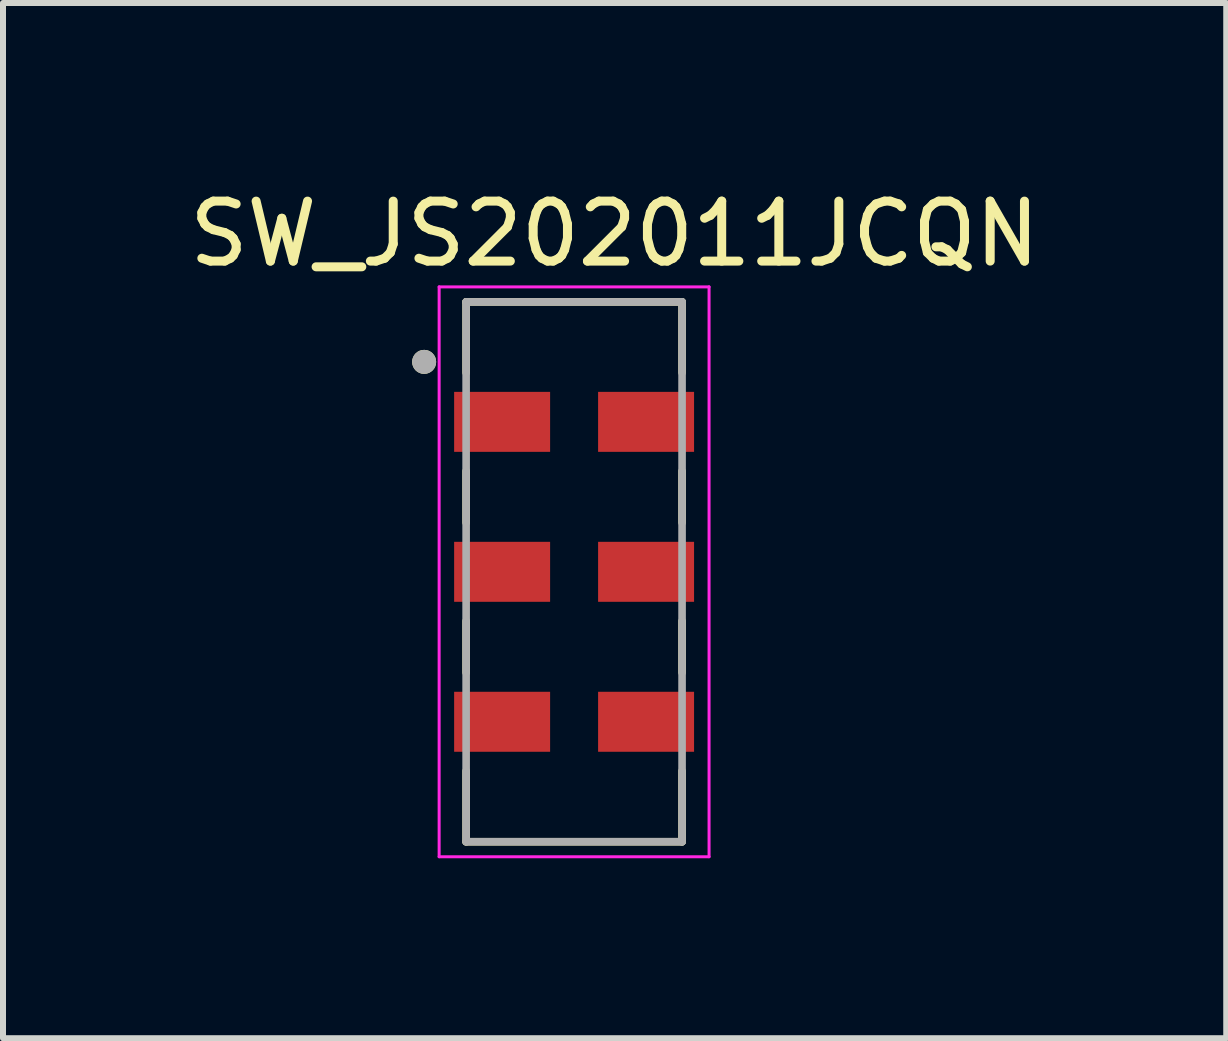
<source format=kicad_pcb>
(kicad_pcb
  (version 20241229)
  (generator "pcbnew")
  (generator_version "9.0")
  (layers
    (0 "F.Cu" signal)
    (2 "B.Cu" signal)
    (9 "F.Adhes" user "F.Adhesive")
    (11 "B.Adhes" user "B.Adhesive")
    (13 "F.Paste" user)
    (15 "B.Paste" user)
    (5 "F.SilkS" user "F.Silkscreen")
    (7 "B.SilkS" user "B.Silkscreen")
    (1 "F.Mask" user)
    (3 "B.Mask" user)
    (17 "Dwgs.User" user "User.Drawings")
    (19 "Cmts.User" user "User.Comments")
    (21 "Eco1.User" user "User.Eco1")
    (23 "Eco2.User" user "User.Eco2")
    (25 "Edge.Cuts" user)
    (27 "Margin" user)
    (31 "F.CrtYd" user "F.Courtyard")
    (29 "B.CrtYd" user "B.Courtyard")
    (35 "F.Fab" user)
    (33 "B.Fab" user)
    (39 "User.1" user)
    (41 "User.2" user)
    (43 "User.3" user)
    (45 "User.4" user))
  (footprint "SW_JS202011JCQN"
    (layer "F.Cu")
    (at 6.521 6.483)
    (property "Reference" "SW_JS202011JCQN" (at 0.675 -5.635 0) (layer "F.SilkS") (effects (font (size 1 1) (thickness 0.15))))
    (attr smd)
    (fp_line (start -1.8 -4.5) (end 1.8 -4.5) (stroke (width 0.127) (type solid)) (layer "F.SilkS"))
    (fp_line (start -1.8 -3.32) (end -1.8 -4.5) (stroke (width 0.127) (type solid)) (layer "F.SilkS"))
    (fp_line (start -1.8 -0.82) (end -1.8 -1.68) (stroke (width 0.127) (type solid)) (layer "F.SilkS"))
    (fp_line (start -1.8 1.68) (end -1.8 0.82) (stroke (width 0.127) (type solid)) (layer "F.SilkS"))
    (fp_line (start -1.8 4.5) (end -1.8 3.32) (stroke (width 0.127) (type solid)) (layer "F.SilkS"))
    (fp_line (start 1.8 -4.5) (end 1.8 -3.32) (stroke (width 0.127) (type solid)) (layer "F.SilkS"))
    (fp_line (start 1.8 -1.68) (end 1.8 -0.82) (stroke (width 0.127) (type solid)) (layer "F.SilkS"))
    (fp_line (start 1.8 0.82) (end 1.8 1.68) (stroke (width 0.127) (type solid)) (layer "F.SilkS"))
    (fp_line (start 1.8 3.32) (end 1.8 4.5) (stroke (width 0.127) (type solid)) (layer "F.SilkS"))
    (fp_line (start 1.8 4.5) (end -1.8 4.5) (stroke (width 0.127) (type solid)) (layer "F.SilkS"))
    (fp_circle (center -2.5 -3.5) (end -2.4 -3.5) (stroke (width 0.2) (type solid)) (fill no) (layer "F.SilkS"))
    (fp_line (start -2.25 -4.75) (end 2.25 -4.75) (stroke (width 0.05) (type solid)) (layer "F.CrtYd"))
    (fp_line (start -2.25 4.75) (end -2.25 -4.75) (stroke (width 0.05) (type solid)) (layer "F.CrtYd"))
    (fp_line (start 2.25 -4.75) (end 2.25 4.75) (stroke (width 0.05) (type solid)) (layer "F.CrtYd"))
    (fp_line (start 2.25 4.75) (end -2.25 4.75) (stroke (width 0.05) (type solid)) (layer "F.CrtYd"))
    (fp_line (start -1.8 -4.5) (end 1.8 -4.5) (stroke (width 0.127) (type solid)) (layer "F.Fab"))
    (fp_line (start -1.8 4.5) (end -1.8 -4.5) (stroke (width 0.127) (type solid)) (layer "F.Fab"))
    (fp_line (start 1.8 -4.5) (end 1.8 4.5) (stroke (width 0.127) (type solid)) (layer "F.Fab"))
    (fp_line (start 1.8 4.5) (end -1.8 4.5) (stroke (width 0.127) (type solid)) (layer "F.Fab"))
    (fp_circle (center -2.5 -3.5) (end -2.4 -3.5) (stroke (width 0.2) (type solid)) (fill no) (layer "F.Fab"))
    (pad "1" smd rect (at -1.2 -2.5) (size 1.6 1) (layers "F.Cu" "F.Mask" "F.Paste"))
    (pad "2" smd rect (at -1.2 0) (size 1.6 1) (layers "F.Cu" "F.Mask" "F.Paste"))
    (pad "3" smd rect (at -1.2 2.5) (size 1.6 1) (layers "F.Cu" "F.Mask" "F.Paste"))
    (pad "5" smd rect (at 1.2 -2.5) (size 1.6 1) (layers "F.Cu" "F.Mask" "F.Paste"))
    (pad "6" smd rect (at 1.2 0) (size 1.6 1) (layers "F.Cu" "F.Mask" "F.Paste"))
    (pad "7" smd rect (at 1.2 2.5) (size 1.6 1) (layers "F.Cu" "F.Mask" "F.Paste")))
  (gr_rect
    (start -3 -3)
    (end 17.393 14.258)
    (stroke (width 0.1) (type default))
    (fill no)
    (layer "Edge.Cuts")))
</source>
